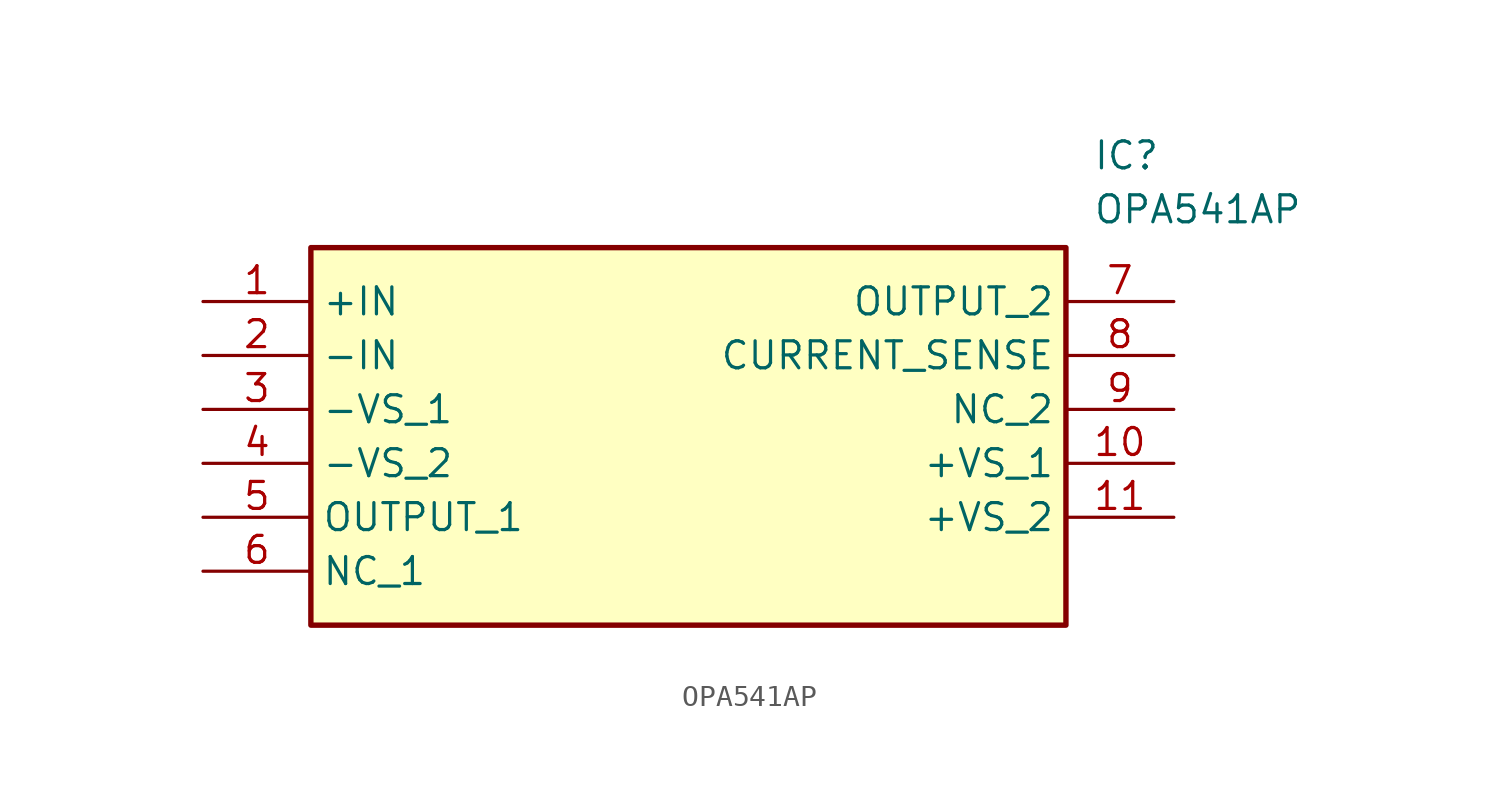
<source format=kicad_sym>
(kicad_symbol_lib
  (version 20211014)
  (generator SamacSys_ECAD_Model)
  (symbol "OPA541AP"
    (property "Reference" "IC"
      (at 41.91 7.62 0)
      (effects (font (size 1.27 1.27)) (justify left top)))
    (property "Value" "OPA541AP"
      (at 41.91 5.08 0)
      (effects (font (size 1.27 1.27)) (justify left top)))
    (rectangle
      (start 5.08 2.54)
      (end 40.64 -15.24)
      (stroke (width 0.254) (type default))
      (fill (type background)))
    (pin passive line
      (at 0 0 0)
      (length 5.08)
      (name "+IN" (effects (font (size 1.27 1.27))))
      (number "1" (effects (font (size 1.27 1.27)))))
    (pin passive line
      (at 0 -2.54 0)
      (length 5.08)
      (name "-IN" (effects (font (size 1.27 1.27))))
      (number "2" (effects (font (size 1.27 1.27)))))
    (pin passive line
      (at 0 -5.08 0)
      (length 5.08)
      (name "-VS_1" (effects (font (size 1.27 1.27))))
      (number "3" (effects (font (size 1.27 1.27)))))
    (pin passive line
      (at 0 -7.62 0)
      (length 5.08)
      (name "-VS_2" (effects (font (size 1.27 1.27))))
      (number "4" (effects (font (size 1.27 1.27)))))
    (pin passive line
      (at 0 -10.16 0)
      (length 5.08)
      (name "OUTPUT_1" (effects (font (size 1.27 1.27))))
      (number "5" (effects (font (size 1.27 1.27)))))
    (pin passive line
      (at 0 -12.7 0)
      (length 5.08)
      (name "NC_1" (effects (font (size 1.27 1.27))))
      (number "6" (effects (font (size 1.27 1.27)))))
    (pin passive line
      (at 45.72 0 180)
      (length 5.08)
      (name "OUTPUT_2" (effects (font (size 1.27 1.27))))
      (number "7" (effects (font (size 1.27 1.27)))))
    (pin passive line
      (at 45.72 -2.54 180)
      (length 5.08)
      (name "CURRENT_SENSE" (effects (font (size 1.27 1.27))))
      (number "8" (effects (font (size 1.27 1.27)))))
    (pin passive line
      (at 45.72 -5.08 180)
      (length 5.08)
      (name "NC_2" (effects (font (size 1.27 1.27))))
      (number "9" (effects (font (size 1.27 1.27)))))
    (pin passive line
      (at 45.72 -7.62 180)
      (length 5.08)
      (name "+VS_1" (effects (font (size 1.27 1.27))))
      (number "10" (effects (font (size 1.27 1.27)))))
    (pin passive line
      (at 45.72 -10.16 180)
      (length 5.08)
      (name "+VS_2" (effects (font (size 1.27 1.27))))
      (number "11" (effects (font (size 1.27 1.27)))))))
</source>
